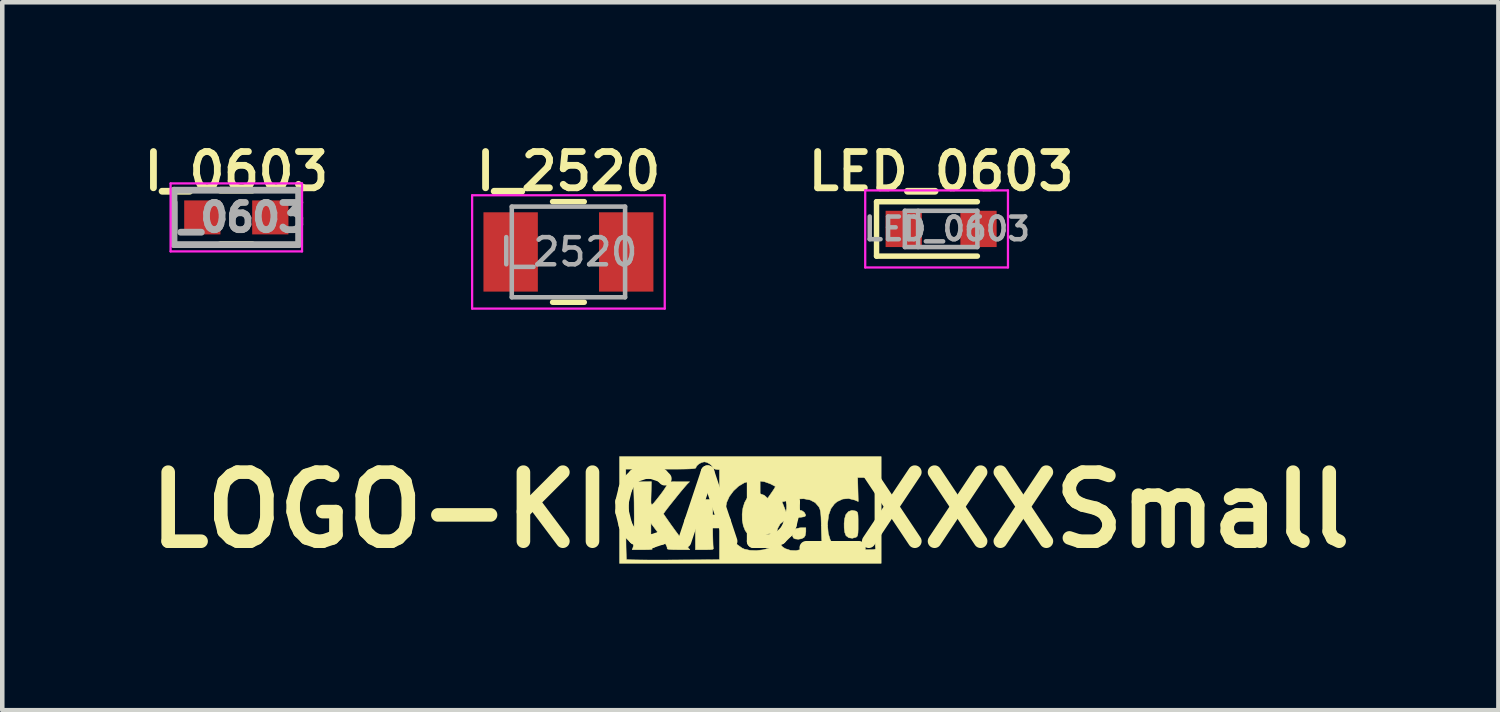
<source format=kicad_pcb>
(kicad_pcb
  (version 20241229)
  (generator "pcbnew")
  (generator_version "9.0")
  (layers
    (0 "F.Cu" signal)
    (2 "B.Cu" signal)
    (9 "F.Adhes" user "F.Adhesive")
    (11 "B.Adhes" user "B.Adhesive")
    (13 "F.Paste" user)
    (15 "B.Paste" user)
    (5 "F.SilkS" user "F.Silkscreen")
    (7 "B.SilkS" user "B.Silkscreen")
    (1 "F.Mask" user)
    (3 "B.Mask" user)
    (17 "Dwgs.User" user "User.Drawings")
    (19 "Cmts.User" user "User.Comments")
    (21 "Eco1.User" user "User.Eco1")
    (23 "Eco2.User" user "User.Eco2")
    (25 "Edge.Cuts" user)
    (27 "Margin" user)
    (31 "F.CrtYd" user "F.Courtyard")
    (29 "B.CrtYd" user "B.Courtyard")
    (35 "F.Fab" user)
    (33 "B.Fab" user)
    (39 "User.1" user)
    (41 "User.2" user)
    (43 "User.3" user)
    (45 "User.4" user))
  (footprint "LED_0603"
    (layer "F.Cu")
    (at 17.715 2.001)
    (property "Reference" "LED_0603" (at 0 -1.27 180) (layer "F.SilkS") (effects (font (size 0.8 0.8) (thickness 0.15))))
    (attr smd)
    (fp_line (start -1.425 -0.6) (end -1.425 0.6) (stroke (width 0.12) (type solid)) (layer "F.SilkS"))
    (fp_line (start -1.425 -0.6) (end 0.8 -0.6) (stroke (width 0.12) (type solid)) (layer "F.SilkS"))
    (fp_line (start -1.425 0.6) (end 0.8 0.6) (stroke (width 0.12) (type solid)) (layer "F.SilkS"))
    (fp_line (start -1.675 -0.85) (end 1.475 -0.85) (stroke (width 0.05) (type solid)) (layer "F.CrtYd"))
    (fp_line (start -1.675 0.85) (end -1.675 -0.85) (stroke (width 0.05) (type solid)) (layer "F.CrtYd"))
    (fp_line (start 1.475 -0.85) (end 1.475 0.85) (stroke (width 0.05) (type solid)) (layer "F.CrtYd"))
    (fp_line (start 1.475 0.85) (end -1.675 0.85) (stroke (width 0.05) (type solid)) (layer "F.CrtYd"))
    (fp_line (start -0.8 -0.4) (end -0.8 0.4) (stroke (width 0.1) (type solid)) (layer "F.Fab"))
    (fp_line (start -0.8 -0.4) (end 0.8 -0.4) (stroke (width 0.1) (type solid)) (layer "F.Fab"))
    (fp_line (start -0.8 0.4) (end 0.8 0.4) (stroke (width 0.1) (type solid)) (layer "F.Fab"))
    (fp_line (start -0.508 -0.4) (end -0.508 0.4) (stroke (width 0.1) (type solid)) (layer "F.Fab"))
    (fp_line (start 0.8 -0.4) (end 0.8 0.4) (stroke (width 0.1) (type solid)) (layer "F.Fab"))
    (fp_text user "${REFERENCE}" (at 0.127 0 180) (layer "F.Fab") (effects (font (size 0.5 0.5) (thickness 0.1))))
    (pad "1" smd rect (at -0.825 0 180) (size 0.8 0.8) (layers "F.Cu" "F.Mask" "F.Paste"))
    (pad "2" smd rect (at 0.825 0 180) (size 0.8 0.8) (layers "F.Cu" "F.Mask" "F.Paste")))
  (footprint "I_2520"
    (layer "F.Cu")
    (at 9.492 2.509)
    (property "Reference" "I_2520" (at 0 -1.778 0) (layer "F.SilkS") (effects (font (size 0.8 0.8) (thickness 0.15))))
    (attr smd)
    (fp_line (start -0.35 -1.11) (end 0.35 -1.11) (stroke (width 0.12) (type solid)) (layer "F.SilkS"))
    (fp_line (start 0.35 1.11) (end -0.35 1.11) (stroke (width 0.12) (type solid)) (layer "F.SilkS"))
    (fp_line (start -2.125 -1.25) (end -2.125 1.25) (stroke (width 0.05) (type solid)) (layer "F.CrtYd"))
    (fp_line (start -2.125 -1.25) (end 2.125 -1.25) (stroke (width 0.05) (type solid)) (layer "F.CrtYd"))
    (fp_line (start -2.125 1.25) (end 2.125 1.25) (stroke (width 0.05) (type solid)) (layer "F.CrtYd"))
    (fp_line (start 2.125 -1.25) (end 2.125 1.25) (stroke (width 0.05) (type solid)) (layer "F.CrtYd"))
    (fp_line (start -1.25 -1) (end 1.25 -1) (stroke (width 0.1) (type solid)) (layer "F.Fab"))
    (fp_line (start -1.25 1) (end -1.25 -1) (stroke (width 0.1) (type solid)) (layer "F.Fab"))
    (fp_line (start -1.25 1) (end 1.25 1) (stroke (width 0.1) (type solid)) (layer "F.Fab"))
    (fp_line (start 1.25 1) (end 1.25 -1) (stroke (width 0.1) (type solid)) (layer "F.Fab"))
    (fp_text user "${REFERENCE}" (at 0 0 0) (layer "F.Fab") (effects (font (size 0.6 0.6) (thickness 0.1))))
    (pad "1" smd rect (at -1.275 0) (size 1.2 1.75) (layers "F.Cu" "F.Mask" "F.Paste"))
    (pad "2" smd rect (at 1.275 0) (size 1.2 1.75) (layers "F.Cu" "F.Mask" "F.Paste")))
  (footprint "I_0603"
    (layer "F.Cu")
    (at 2.164 1.747)
    (property "Reference" "I_0603" (at 0 -1.016 180) (layer "F.SilkS") (effects (font (size 0.8 0.8) (thickness 0.15))))
    (attr smd)
    (fp_line (start -0.35 -0.6) (end 0.35 -0.6) (stroke (width 0.15) (type solid)) (layer "F.SilkS"))
    (fp_line (start 0.35 0.6) (end -0.35 0.6) (stroke (width 0.15) (type solid)) (layer "F.SilkS"))
    (fp_line (start -1.45 -0.75) (end -1.45 0.75) (stroke (width 0.05) (type solid)) (layer "F.CrtYd"))
    (fp_line (start -1.45 -0.75) (end 1.45 -0.75) (stroke (width 0.05) (type solid)) (layer "F.CrtYd"))
    (fp_line (start -1.45 0.75) (end 1.45 0.75) (stroke (width 0.05) (type solid)) (layer "F.CrtYd"))
    (fp_line (start 1.45 -0.75) (end 1.45 0.75) (stroke (width 0.05) (type solid)) (layer "F.CrtYd"))
    (fp_line (start -1.375 -0.6) (end 1.375 -0.6) (stroke (width 0.15) (type solid)) (layer "F.Fab"))
    (fp_line (start -1.375 0.6) (end -1.375 -0.6) (stroke (width 0.15) (type solid)) (layer "F.Fab"))
    (fp_line (start 1.375 0.6) (end -1.375 0.6) (stroke (width 0.15) (type solid)) (layer "F.Fab"))
    (fp_line (start 1.375 0.6) (end 1.375 -0.6) (stroke (width 0.15) (type solid)) (layer "F.Fab"))
    (fp_text user "${REFERENCE}" (at 0 0 180) (layer "F.Fab") (effects (font (size 0.6 0.6) (thickness 0.15))))
    (pad "1" smd rect (at -0.75 0) (size 0.8 0.75) (layers "F.Cu" "F.Mask" "F.Paste"))
    (pad "2" smd rect (at 0.75 0) (size 0.8 0.75) (layers "F.Cu" "F.Mask" "F.Paste")))
  (footprint "LOGO-KICAD_XXXSmall"
    (layer "F.Cu")
    (at 13.506 8.202)
    (property "Reference" "LOGO-KICAD_XXXSmall" (at 0 0 0) (layer "F.SilkS") (effects (font (size 1.524 1.524) (thickness 0.3))))
    (attr through_hole)
    (fp_poly (pts (xy 1.224 0.481) (xy 1.21 0.565) (xy 1.182 0.608) (xy 1.127 0.635) (xy 1.056 0.646) (xy 0.988 0.638) (xy 0.951 0.619) (xy 0.93 0.576) (xy 0.924 0.528) (xy 0.944 0.461) (xy 1.002 0.415) (xy 1.094 0.394) (xy 1.125 0.393) (xy 1.224 0.393) (xy 1.224 0.481)) (stroke (width 0.01) (type solid)) (fill yes) (layer "F.SilkS"))
    (fp_poly (pts (xy -1.022 -0.231) (xy -0.831 -0.231) (xy -0.831 0.287) (xy -0.831 0.438) (xy -0.829 0.576) (xy -0.826 0.692) (xy -0.823 0.779) (xy -0.819 0.831) (xy -0.817 0.841) (xy -0.816 0.858) (xy -0.834 0.869) (xy -0.88 0.875) (xy -0.96 0.877) (xy -1.008 0.877) (xy -1.212 0.877) (xy -1.212 -0.231) (xy -1.022 -0.231)) (stroke (width 0.01) (type solid)) (fill yes) (layer "F.SilkS"))
    (fp_poly (pts (xy 2.319 0.022) (xy 2.344 0.034) (xy 2.361 0.05) (xy 2.371 0.079) (xy 2.376 0.131) (xy 2.378 0.213) (xy 2.378 0.31) (xy 2.378 0.426) (xy 2.375 0.504) (xy 2.368 0.552) (xy 2.356 0.581) (xy 2.339 0.597) (xy 2.334 0.6) (xy 2.25 0.624) (xy 2.172 0.613) (xy 2.112 0.568) (xy 2.108 0.562) (xy 2.083 0.495) (xy 2.07 0.399) (xy 2.069 0.292) (xy 2.081 0.19) (xy 2.104 0.109) (xy 2.108 0.101) (xy 2.165 0.035) (xy 2.241 0.009) (xy 2.319 0.022)) (stroke (width 0.01) (type solid)) (fill yes) (layer "F.SilkS"))
    (fp_poly (pts (xy -2.19 -0.352) (xy -2.193 -0.238) (xy -2.193 -0.161) (xy -2.185 -0.123) (xy -2.165 -0.121) (xy -2.128 -0.156) (xy -2.07 -0.227) (xy -1.989 -0.33) (xy -1.927 -0.414) (xy -1.875 -0.49) (xy -1.842 -0.547) (xy -1.833 -0.567) (xy -1.825 -0.592) (xy -1.81 -0.609) (xy -1.779 -0.618) (xy -1.723 -0.622) (xy -1.634 -0.623) (xy -1.58 -0.623) (xy -1.341 -0.623) (xy -1.393 -0.572) (xy -1.428 -0.532) (xy -1.482 -0.469) (xy -1.55 -0.388) (xy -1.624 -0.296) (xy -1.701 -0.2) (xy -1.774 -0.109) (xy -1.837 -0.028) (xy -1.885 0.036) (xy -1.912 0.075) (xy -1.917 0.083) (xy -1.904 0.106) (xy -1.868 0.159) (xy -1.815 0.235) (xy -1.75 0.327) (xy -1.677 0.428) (xy -1.602 0.53) (xy -1.531 0.628) (xy -1.467 0.713) (xy -1.416 0.778) (xy -1.415 0.779) (xy -1.336 0.877) (xy -1.593 0.877) (xy -1.719 0.875) (xy -1.799 0.869) (xy -1.834 0.859) (xy -1.835 0.854) (xy -1.838 0.817) (xy -1.871 0.747) (xy -1.933 0.648) (xy -2.022 0.521) (xy -2.065 0.464) (xy -2.194 0.292) (xy -2.194 0.557) (xy -2.191 0.697) (xy -2.183 0.793) (xy -2.17 0.844) (xy -2.166 0.85) (xy -2.163 0.863) (xy -2.188 0.871) (xy -2.247 0.876) (xy -2.346 0.877) (xy -2.373 0.877) (xy -2.608 0.877) (xy -2.586 0.818) (xy -2.579 0.777) (xy -2.573 0.698) (xy -2.569 0.589) (xy -2.566 0.456) (xy -2.564 0.307) (xy -2.563 0.15) (xy -2.564 -0.009) (xy -2.565 -0.162) (xy -2.568 -0.301) (xy -2.572 -0.42) (xy -2.577 -0.511) (xy -2.583 -0.567) (xy -2.587 -0.579) (xy -2.596 -0.6) (xy -2.589 -0.613) (xy -2.56 -0.62) (xy -2.5 -0.623) (xy -2.403 -0.623) (xy -2.396 -0.623) (xy -2.182 -0.624) (xy -2.19 -0.352)) (stroke (width 0.01) (type solid)) (fill yes) (layer "F.SilkS"))
    (fp_poly (pts (xy 2.886 1.178) (xy -2.886 1.178) (xy -2.886 -0.901) (xy -2.748 -0.901) (xy -2.748 0.089) (xy -2.747 0.298) (xy -2.746 0.493) (xy -2.745 0.669) (xy -2.743 0.82) (xy -2.74 0.943) (xy -2.737 1.033) (xy -2.734 1.083) (xy -2.732 1.093) (xy -2.707 1.096) (xy -2.639 1.099) (xy -2.536 1.101) (xy -2.4 1.103) (xy -2.237 1.104) (xy -2.052 1.104) (xy -1.849 1.104) (xy -1.699 1.103) (xy -0.681 1.097) (xy -0.681 0.122) (xy -0.555 0.122) (xy -0.544 0.278) (xy -0.516 0.421) (xy -0.477 0.526) (xy -0.395 0.653) (xy -0.294 0.761) (xy -0.184 0.84) (xy -0.132 0.864) (xy -0.009 0.891) (xy 0.134 0.896) (xy 0.281 0.879) (xy 0.413 0.842) (xy 0.458 0.823) (xy 0.58 0.76) (xy 0.518 0.651) (xy 0.48 0.587) (xy 0.45 0.54) (xy 0.439 0.524) (xy 0.412 0.524) (xy 0.357 0.543) (xy 0.305 0.568) (xy 0.191 0.611) (xy 0.09 0.611) (xy -0.006 0.569) (xy -0.045 0.54) (xy -0.084 0.492) (xy 0.583 0.492) (xy 0.59 0.617) (xy 0.635 0.729) (xy 0.713 0.817) (xy 0.769 0.853) (xy 0.888 0.892) (xy 1.01 0.897) (xy 1.119 0.87) (xy 1.149 0.855) (xy 1.198 0.828) (xy 1.22 0.827) (xy 1.224 0.843) (xy 1.232 0.86) (xy 1.263 0.871) (xy 1.325 0.876) (xy 1.423 0.877) (xy 1.52 0.876) (xy 1.578 0.871) (xy 1.601 0.862) (xy 1.598 0.849) (xy 1.589 0.816) (xy 1.581 0.744) (xy 1.574 0.64) (xy 1.569 0.511) (xy 1.566 0.416) (xy 1.565 0.347) (xy 1.704 0.347) (xy 1.719 0.517) (xy 1.763 0.661) (xy 1.836 0.774) (xy 1.928 0.848) (xy 2.049 0.891) (xy 2.18 0.896) (xy 2.303 0.863) (xy 2.316 0.857) (xy 2.371 0.832) (xy 2.397 0.831) (xy 2.401 0.845) (xy 2.412 0.862) (xy 2.45 0.872) (xy 2.521 0.877) (xy 2.589 0.877) (xy 2.681 0.876) (xy 2.736 0.872) (xy 2.761 0.862) (xy 2.763 0.846) (xy 2.762 0.841) (xy 2.758 0.81) (xy 2.755 0.738) (xy 2.753 0.632) (xy 2.75 0.496) (xy 2.749 0.338) (xy 2.748 0.162) (xy 2.748 0.044) (xy 2.748 -0.716) (xy 2.557 -0.716) (xy 2.367 -0.716) (xy 2.374 -0.451) (xy 2.381 -0.186) (xy 2.3 -0.22) (xy 2.166 -0.253) (xy 2.037 -0.241) (xy 1.916 -0.185) (xy 1.854 -0.133) (xy 1.777 -0.028) (xy 1.727 0.112) (xy 1.705 0.289) (xy 1.704 0.347) (xy 1.565 0.347) (xy 1.563 0.266) (xy 1.559 0.155) (xy 1.553 0.074) (xy 1.544 0.017) (xy 1.532 -0.026) (xy 1.516 -0.061) (xy 1.512 -0.068) (xy 1.431 -0.162) (xy 1.319 -0.221) (xy 1.176 -0.248) (xy 1.003 -0.24) (xy 0.885 -0.22) (xy 0.699 -0.179) (xy 0.747 -0.058) (xy 0.794 0.063) (xy 0.87 0.031) (xy 0.965 0.005) (xy 1.059 -0.001) (xy 1.138 0.016) (xy 1.188 0.051) (xy 1.216 0.099) (xy 1.218 0.13) (xy 1.188 0.149) (xy 1.121 0.16) (xy 1.042 0.166) (xy 0.876 0.189) (xy 0.749 0.235) (xy 0.658 0.307) (xy 0.603 0.405) (xy 0.583 0.492) (xy -0.084 0.492) (xy -0.112 0.458) (xy -0.156 0.349) (xy -0.179 0.222) (xy -0.181 0.089) (xy -0.164 -0.043) (xy -0.127 -0.163) (xy -0.072 -0.261) (xy 0.001 -0.328) (xy 0.016 -0.335) (xy 0.114 -0.362) (xy 0.215 -0.358) (xy 0.304 -0.325) (xy 0.331 -0.303) (xy 0.381 -0.257) (xy 0.47 -0.384) (xy 0.514 -0.449) (xy 0.543 -0.497) (xy 0.551 -0.518) (xy 0.551 -0.518) (xy 0.527 -0.532) (xy 0.476 -0.559) (xy 0.439 -0.578) (xy 0.307 -0.625) (xy 0.157 -0.644) (xy 0.006 -0.637) (xy -0.128 -0.603) (xy -0.134 -0.6) (xy -0.259 -0.526) (xy -0.372 -0.421) (xy -0.464 -0.297) (xy -0.522 -0.169) (xy -0.522 -0.168) (xy -0.548 -0.032) (xy -0.555 0.122) (xy -0.681 0.122) (xy -0.681 -0.889) (xy -0.756 -0.896) (xy -0.81 -0.91) (xy -0.831 -0.935) (xy -0.851 -0.976) (xy -0.9 -1.018) (xy -0.961 -1.051) (xy -1.016 -1.062) (xy -1.077 -1.048) (xy -1.138 -1.014) (xy -1.185 -0.971) (xy -1.201 -0.934) (xy -1.207 -0.924) (xy -1.227 -0.917) (xy -1.266 -0.911) (xy -1.329 -0.907) (xy -1.418 -0.904) (xy -1.54 -0.902) (xy -1.698 -0.901) (xy -1.896 -0.901) (xy -1.974 -0.901) (xy -2.748 -0.901) (xy -2.886 -0.901) (xy -2.886 -1.178) (xy 2.886 -1.178) (xy 2.886 1.178)) (stroke (width 0.01) (type solid)) (fill yes) (layer "F.SilkS")))
  (gr_rect
    (start -3 -3)
    (end 30.011 12.62)
    (stroke (width 0.1) (type default))
    (fill no)
    (layer "Edge.Cuts")))
</source>
